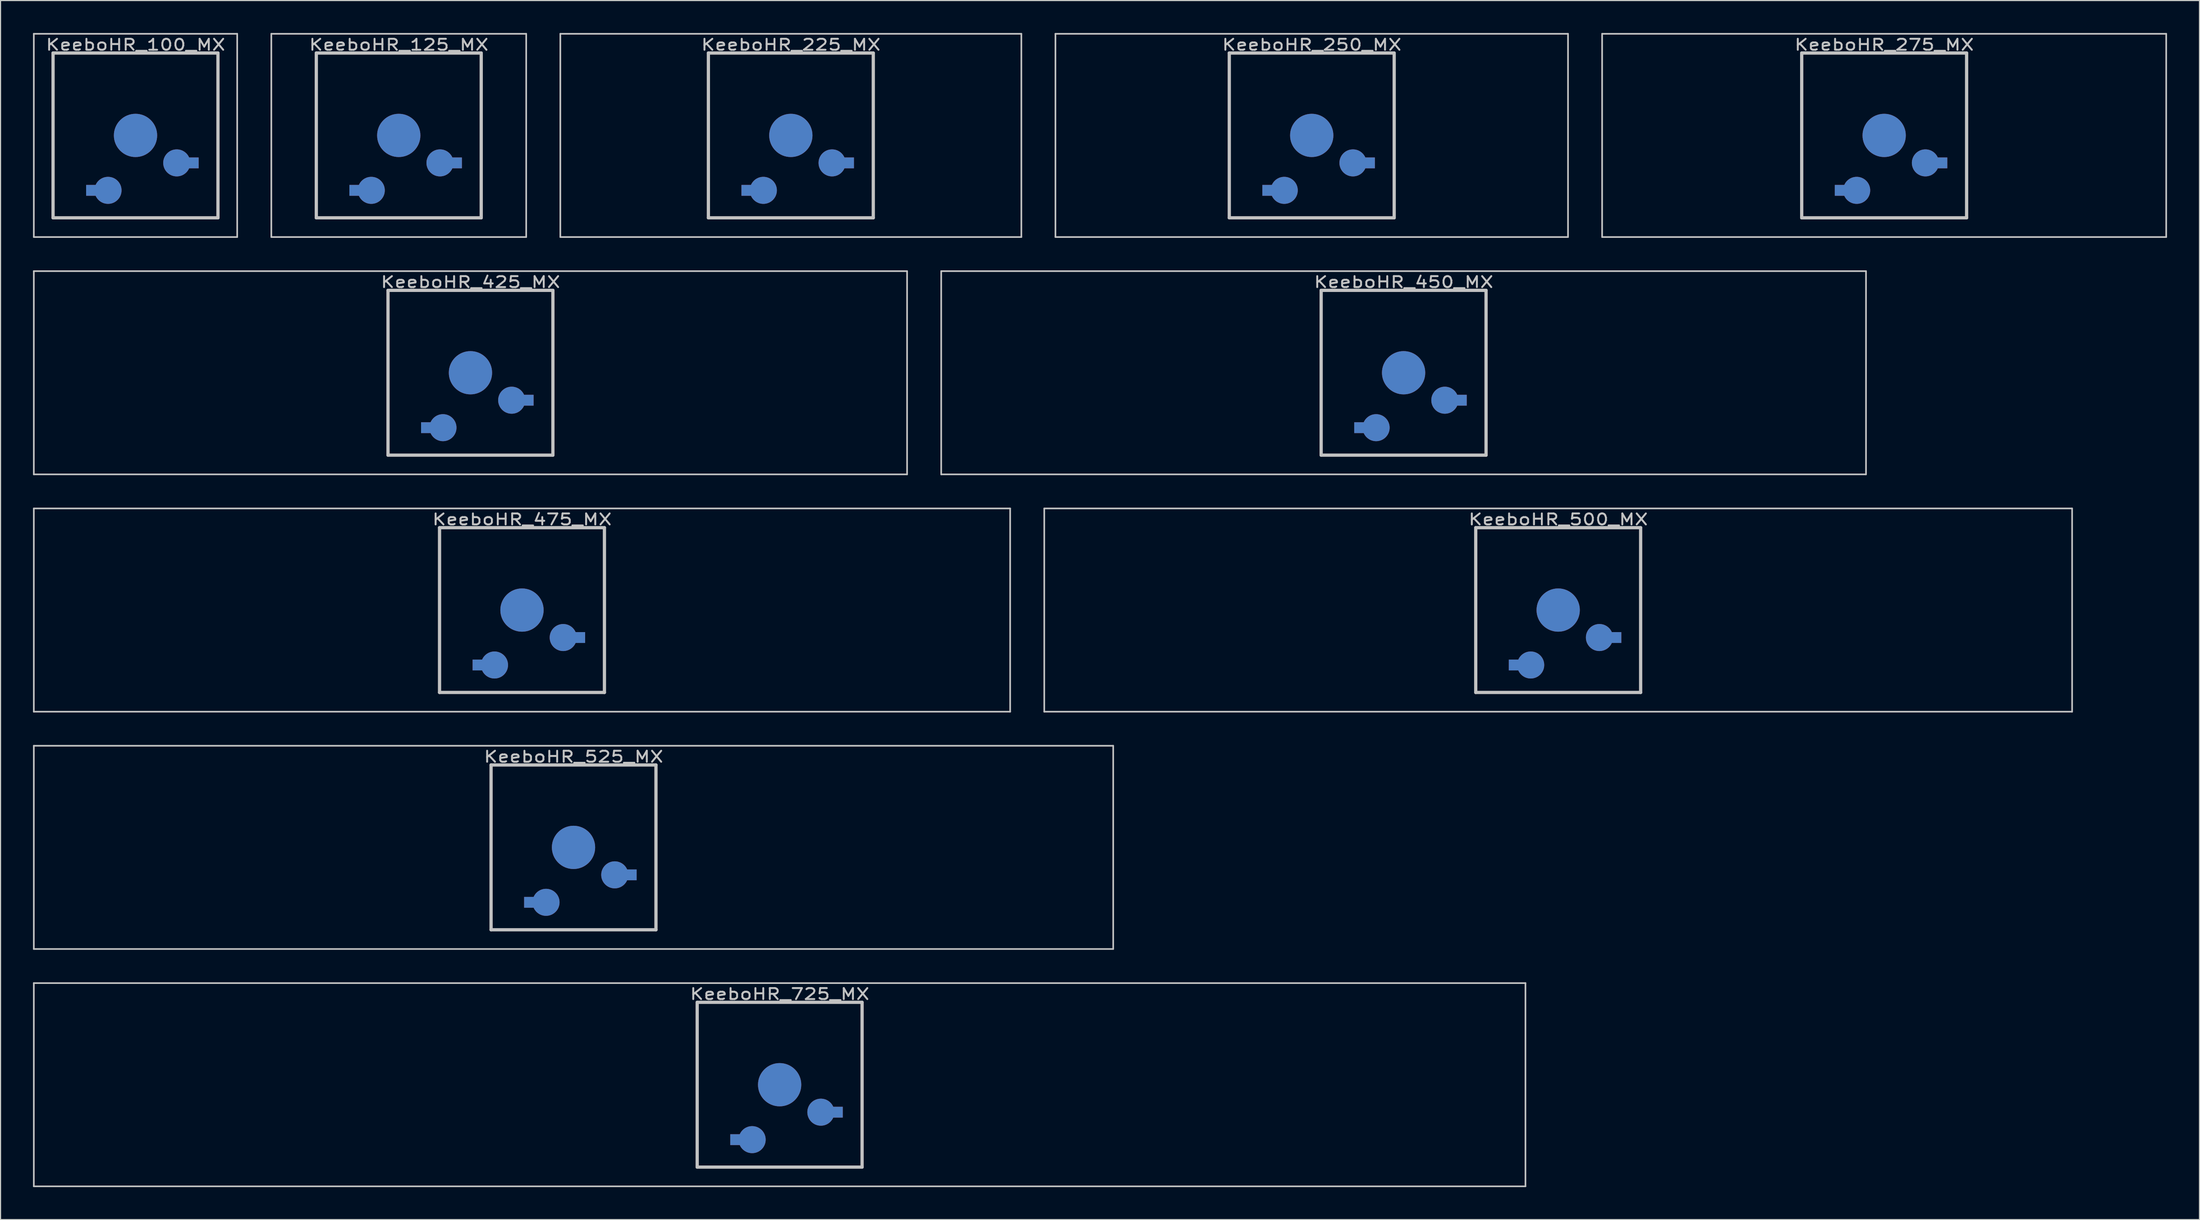
<source format=kicad_pcb>
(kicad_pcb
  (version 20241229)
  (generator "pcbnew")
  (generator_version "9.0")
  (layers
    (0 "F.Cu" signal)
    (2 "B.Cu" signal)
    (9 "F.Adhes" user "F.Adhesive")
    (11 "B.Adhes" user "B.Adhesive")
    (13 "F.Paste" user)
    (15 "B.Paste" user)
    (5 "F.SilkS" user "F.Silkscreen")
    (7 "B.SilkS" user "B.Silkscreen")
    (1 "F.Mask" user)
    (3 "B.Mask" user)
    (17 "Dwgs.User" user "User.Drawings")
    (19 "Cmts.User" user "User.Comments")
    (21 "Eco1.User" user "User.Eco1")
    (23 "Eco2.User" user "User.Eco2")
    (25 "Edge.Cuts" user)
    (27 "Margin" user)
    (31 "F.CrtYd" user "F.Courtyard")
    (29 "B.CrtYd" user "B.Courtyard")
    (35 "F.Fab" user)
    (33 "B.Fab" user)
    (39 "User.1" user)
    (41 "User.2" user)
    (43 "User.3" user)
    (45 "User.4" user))
  (footprint "KeeboHR_500_MX"
    (layer "F.Cu")
    (at 140.96 53.371)
    (property "Reference" "KeeboHR_500_MX" (at 0 -8.382 0) (layer "Dwgs.User") (effects (font (size 1.016 1.27) (thickness 0.178))))
    (attr through_hole)
    (fp_line (start -47.498 -9.398) (end 47.498 -9.398) (stroke (width 0.152) (type solid)) (layer "Dwgs.User"))
    (fp_line (start -47.498 9.398) (end -47.498 -9.398) (stroke (width 0.152) (type solid)) (layer "Dwgs.User"))
    (fp_line (start -7.62 -7.62) (end 7.62 -7.62) (stroke (width 0.3) (type solid)) (layer "Dwgs.User"))
    (fp_line (start -7.62 7.62) (end -7.62 -7.62) (stroke (width 0.3) (type solid)) (layer "Dwgs.User"))
    (fp_line (start 7.62 -7.62) (end 7.62 7.62) (stroke (width 0.3) (type solid)) (layer "Dwgs.User"))
    (fp_line (start 7.62 7.62) (end -7.62 7.62) (stroke (width 0.3) (type solid)) (layer "Dwgs.User"))
    (fp_line (start 47.498 -9.398) (end 47.498 9.398) (stroke (width 0.152) (type solid)) (layer "Dwgs.User"))
    (fp_line (start 47.498 9.398) (end -47.498 9.398) (stroke (width 0.152) (type solid)) (layer "Dwgs.User"))
    (pad "" smd circle (at 0 0) (size 4 4) (layers "*.Cu" "*.Mask"))
    (pad "1" smd circle (at 3.81 2.54) (size 2.5 2.5) (layers "*.Cu" "*.Mask"))
    (pad "1" smd rect (at 5.334 2.54) (size 1 1) (layers "*.Cu" "*.Mask"))
    (pad "2" smd rect (at -4.064 5.08) (size 1 1) (layers "*.Cu" "*.Mask"))
    (pad "2" smd circle (at -2.54 5.08) (size 2.5 2.5) (layers "*.Cu" "*.Mask")))
  (footprint "KeeboHR_475_MX"
    (layer "F.Cu")
    (at 45.193 53.371)
    (property "Reference" "KeeboHR_475_MX" (at 0 -8.382 0) (layer "Dwgs.User") (effects (font (size 1.016 1.27) (thickness 0.178))))
    (attr through_hole)
    (fp_line (start -45.117 -9.398) (end 45.117 -9.398) (stroke (width 0.152) (type solid)) (layer "Dwgs.User"))
    (fp_line (start -45.117 9.398) (end -45.117 -9.398) (stroke (width 0.152) (type solid)) (layer "Dwgs.User"))
    (fp_line (start -7.62 -7.62) (end 7.62 -7.62) (stroke (width 0.3) (type solid)) (layer "Dwgs.User"))
    (fp_line (start -7.62 7.62) (end -7.62 -7.62) (stroke (width 0.3) (type solid)) (layer "Dwgs.User"))
    (fp_line (start 7.62 -7.62) (end 7.62 7.62) (stroke (width 0.3) (type solid)) (layer "Dwgs.User"))
    (fp_line (start 7.62 7.62) (end -7.62 7.62) (stroke (width 0.3) (type solid)) (layer "Dwgs.User"))
    (fp_line (start 45.117 -9.398) (end 45.117 9.398) (stroke (width 0.152) (type solid)) (layer "Dwgs.User"))
    (fp_line (start 45.117 9.398) (end -45.117 9.398) (stroke (width 0.152) (type solid)) (layer "Dwgs.User"))
    (pad "" smd circle (at 0 0) (size 4 4) (layers "*.Cu" "*.Mask"))
    (pad "1" smd circle (at 3.81 2.54) (size 2.5 2.5) (layers "*.Cu" "*.Mask"))
    (pad "1" smd rect (at 5.334 2.54) (size 1 1) (layers "*.Cu" "*.Mask"))
    (pad "2" smd rect (at -4.064 5.08) (size 1 1) (layers "*.Cu" "*.Mask"))
    (pad "2" smd circle (at -2.54 5.08) (size 2.5 2.5) (layers "*.Cu" "*.Mask")))
  (footprint "KeeboHR_725_MX"
    (layer "F.Cu")
    (at 69.005 97.268)
    (property "Reference" "KeeboHR_725_MX" (at 0 -8.382 0) (layer "Dwgs.User") (effects (font (size 1.016 1.27) (thickness 0.178))))
    (attr through_hole)
    (fp_line (start -68.929 -9.398) (end 68.929 -9.398) (stroke (width 0.152) (type solid)) (layer "Dwgs.User"))
    (fp_line (start -68.929 9.398) (end -68.929 -9.398) (stroke (width 0.152) (type solid)) (layer "Dwgs.User"))
    (fp_line (start -7.62 -7.62) (end 7.62 -7.62) (stroke (width 0.3) (type solid)) (layer "Dwgs.User"))
    (fp_line (start -7.62 7.62) (end -7.62 -7.62) (stroke (width 0.3) (type solid)) (layer "Dwgs.User"))
    (fp_line (start 7.62 -7.62) (end 7.62 7.62) (stroke (width 0.3) (type solid)) (layer "Dwgs.User"))
    (fp_line (start 7.62 7.62) (end -7.62 7.62) (stroke (width 0.3) (type solid)) (layer "Dwgs.User"))
    (fp_line (start 68.929 -9.398) (end 68.929 9.398) (stroke (width 0.152) (type solid)) (layer "Dwgs.User"))
    (fp_line (start 68.929 9.398) (end -68.929 9.398) (stroke (width 0.152) (type solid)) (layer "Dwgs.User"))
    (pad "" smd circle (at 0 0) (size 4 4) (layers "*.Cu" "*.Mask"))
    (pad "1" smd circle (at 3.81 2.54) (size 2.5 2.5) (layers "*.Cu" "*.Mask"))
    (pad "1" smd rect (at 5.334 2.54) (size 1 1) (layers "*.Cu" "*.Mask"))
    (pad "2" smd rect (at -4.064 5.08) (size 1 1) (layers "*.Cu" "*.Mask"))
    (pad "2" smd circle (at -2.54 5.08) (size 2.5 2.5) (layers "*.Cu" "*.Mask")))
  (footprint "KeeboHR_450_MX"
    (layer "F.Cu")
    (at 126.673 31.423)
    (property "Reference" "KeeboHR_450_MX" (at 0 -8.382 0) (layer "Dwgs.User") (effects (font (size 1.016 1.27) (thickness 0.178))))
    (attr through_hole)
    (fp_line (start -42.736 -9.398) (end 42.736 -9.398) (stroke (width 0.152) (type solid)) (layer "Dwgs.User"))
    (fp_line (start -42.736 9.398) (end -42.736 -9.398) (stroke (width 0.152) (type solid)) (layer "Dwgs.User"))
    (fp_line (start -7.62 -7.62) (end 7.62 -7.62) (stroke (width 0.3) (type solid)) (layer "Dwgs.User"))
    (fp_line (start -7.62 7.62) (end -7.62 -7.62) (stroke (width 0.3) (type solid)) (layer "Dwgs.User"))
    (fp_line (start 7.62 -7.62) (end 7.62 7.62) (stroke (width 0.3) (type solid)) (layer "Dwgs.User"))
    (fp_line (start 7.62 7.62) (end -7.62 7.62) (stroke (width 0.3) (type solid)) (layer "Dwgs.User"))
    (fp_line (start 42.736 -9.398) (end 42.736 9.398) (stroke (width 0.152) (type solid)) (layer "Dwgs.User"))
    (fp_line (start 42.736 9.398) (end -42.736 9.398) (stroke (width 0.152) (type solid)) (layer "Dwgs.User"))
    (pad "" smd circle (at 0 0) (size 4 4) (layers "*.Cu" "*.Mask"))
    (pad "1" smd circle (at 3.81 2.54) (size 2.5 2.5) (layers "*.Cu" "*.Mask"))
    (pad "1" smd rect (at 5.334 2.54) (size 1 1) (layers "*.Cu" "*.Mask"))
    (pad "2" smd rect (at -4.064 5.08) (size 1 1) (layers "*.Cu" "*.Mask"))
    (pad "2" smd circle (at -2.54 5.08) (size 2.5 2.5) (layers "*.Cu" "*.Mask")))
  (footprint "KeeboHR_100_MX"
    (layer "F.Cu")
    (at 9.474 9.474)
    (property "Reference" "KeeboHR_100_MX" (at 0 -8.382 0) (layer "Dwgs.User") (effects (font (size 1.016 1.27) (thickness 0.178))))
    (attr through_hole)
    (fp_line (start -9.398 -9.398) (end 9.398 -9.398) (stroke (width 0.152) (type solid)) (layer "Dwgs.User"))
    (fp_line (start -9.398 9.398) (end -9.398 -9.398) (stroke (width 0.152) (type solid)) (layer "Dwgs.User"))
    (fp_line (start -7.62 -7.62) (end 7.62 -7.62) (stroke (width 0.3) (type solid)) (layer "Dwgs.User"))
    (fp_line (start -7.62 7.62) (end -7.62 -7.62) (stroke (width 0.3) (type solid)) (layer "Dwgs.User"))
    (fp_line (start 7.62 -7.62) (end 7.62 7.62) (stroke (width 0.3) (type solid)) (layer "Dwgs.User"))
    (fp_line (start 7.62 7.62) (end -7.62 7.62) (stroke (width 0.3) (type solid)) (layer "Dwgs.User"))
    (fp_line (start 9.398 -9.398) (end 9.398 9.398) (stroke (width 0.152) (type solid)) (layer "Dwgs.User"))
    (fp_line (start 9.398 9.398) (end -9.398 9.398) (stroke (width 0.152) (type solid)) (layer "Dwgs.User"))
    (pad "" smd circle (at 0 0) (size 4 4) (layers "*.Cu" "*.Mask"))
    (pad "1" smd circle (at 3.81 2.54) (size 2.5 2.5) (layers "*.Cu" "*.Mask"))
    (pad "1" smd rect (at 5.334 2.54) (size 1 1) (layers "*.Cu" "*.Mask"))
    (pad "2" smd rect (at -4.064 5.08) (size 1 1) (layers "*.Cu" "*.Mask"))
    (pad "2" smd circle (at -2.54 5.08) (size 2.5 2.5) (layers "*.Cu" "*.Mask")))
  (footprint "KeeboHR_225_MX"
    (layer "F.Cu")
    (at 70.04 9.474)
    (property "Reference" "KeeboHR_225_MX" (at 0 -8.382 0) (layer "Dwgs.User") (effects (font (size 1.016 1.27) (thickness 0.178))))
    (attr through_hole)
    (fp_line (start -21.304 -9.398) (end 21.304 -9.398) (stroke (width 0.152) (type solid)) (layer "Dwgs.User"))
    (fp_line (start -21.304 9.398) (end -21.304 -9.398) (stroke (width 0.152) (type solid)) (layer "Dwgs.User"))
    (fp_line (start -7.62 -7.62) (end 7.62 -7.62) (stroke (width 0.3) (type solid)) (layer "Dwgs.User"))
    (fp_line (start -7.62 7.62) (end -7.62 -7.62) (stroke (width 0.3) (type solid)) (layer "Dwgs.User"))
    (fp_line (start 7.62 -7.62) (end 7.62 7.62) (stroke (width 0.3) (type solid)) (layer "Dwgs.User"))
    (fp_line (start 7.62 7.62) (end -7.62 7.62) (stroke (width 0.3) (type solid)) (layer "Dwgs.User"))
    (fp_line (start 21.304 -9.398) (end 21.304 9.398) (stroke (width 0.152) (type solid)) (layer "Dwgs.User"))
    (fp_line (start 21.304 9.398) (end -21.304 9.398) (stroke (width 0.152) (type solid)) (layer "Dwgs.User"))
    (pad "" smd circle (at 0 0) (size 4 4) (layers "*.Cu" "*.Mask"))
    (pad "1" smd circle (at 3.81 2.54) (size 2.5 2.5) (layers "*.Cu" "*.Mask"))
    (pad "1" smd rect (at 5.334 2.54) (size 1 1) (layers "*.Cu" "*.Mask"))
    (pad "2" smd rect (at -4.064 5.08) (size 1 1) (layers "*.Cu" "*.Mask"))
    (pad "2" smd circle (at -2.54 5.08) (size 2.5 2.5) (layers "*.Cu" "*.Mask")))
  (footprint "KeeboHR_275_MX"
    (layer "F.Cu")
    (at 171.087 9.474)
    (property "Reference" "KeeboHR_275_MX" (at 0 -8.382 0) (layer "Dwgs.User") (effects (font (size 1.016 1.27) (thickness 0.178))))
    (attr through_hole)
    (fp_line (start -26.067 -9.398) (end 26.067 -9.398) (stroke (width 0.152) (type solid)) (layer "Dwgs.User"))
    (fp_line (start -26.067 9.398) (end -26.067 -9.398) (stroke (width 0.152) (type solid)) (layer "Dwgs.User"))
    (fp_line (start -7.62 -7.62) (end 7.62 -7.62) (stroke (width 0.3) (type solid)) (layer "Dwgs.User"))
    (fp_line (start -7.62 7.62) (end -7.62 -7.62) (stroke (width 0.3) (type solid)) (layer "Dwgs.User"))
    (fp_line (start 7.62 -7.62) (end 7.62 7.62) (stroke (width 0.3) (type solid)) (layer "Dwgs.User"))
    (fp_line (start 7.62 7.62) (end -7.62 7.62) (stroke (width 0.3) (type solid)) (layer "Dwgs.User"))
    (fp_line (start 26.067 -9.398) (end 26.067 9.398) (stroke (width 0.152) (type solid)) (layer "Dwgs.User"))
    (fp_line (start 26.067 9.398) (end -26.067 9.398) (stroke (width 0.152) (type solid)) (layer "Dwgs.User"))
    (pad "" smd circle (at 0 0) (size 4 4) (layers "*.Cu" "*.Mask"))
    (pad "1" smd circle (at 3.81 2.54) (size 2.5 2.5) (layers "*.Cu" "*.Mask"))
    (pad "1" smd rect (at 5.334 2.54) (size 1 1) (layers "*.Cu" "*.Mask"))
    (pad "2" smd rect (at -4.064 5.08) (size 1 1) (layers "*.Cu" "*.Mask"))
    (pad "2" smd circle (at -2.54 5.08) (size 2.5 2.5) (layers "*.Cu" "*.Mask")))
  (footprint "KeeboHR_250_MX"
    (layer "F.Cu")
    (at 118.182 9.474)
    (property "Reference" "KeeboHR_250_MX" (at 0 -8.382 0) (layer "Dwgs.User") (effects (font (size 1.016 1.27) (thickness 0.178))))
    (attr through_hole)
    (fp_line (start -23.686 -9.398) (end 23.686 -9.398) (stroke (width 0.152) (type solid)) (layer "Dwgs.User"))
    (fp_line (start -23.686 9.398) (end -23.686 -9.398) (stroke (width 0.152) (type solid)) (layer "Dwgs.User"))
    (fp_line (start -7.62 -7.62) (end 7.62 -7.62) (stroke (width 0.3) (type solid)) (layer "Dwgs.User"))
    (fp_line (start -7.62 7.62) (end -7.62 -7.62) (stroke (width 0.3) (type solid)) (layer "Dwgs.User"))
    (fp_line (start 7.62 -7.62) (end 7.62 7.62) (stroke (width 0.3) (type solid)) (layer "Dwgs.User"))
    (fp_line (start 7.62 7.62) (end -7.62 7.62) (stroke (width 0.3) (type solid)) (layer "Dwgs.User"))
    (fp_line (start 23.686 -9.398) (end 23.686 9.398) (stroke (width 0.152) (type solid)) (layer "Dwgs.User"))
    (fp_line (start 23.686 9.398) (end -23.686 9.398) (stroke (width 0.152) (type solid)) (layer "Dwgs.User"))
    (pad "" smd circle (at 0 0) (size 4 4) (layers "*.Cu" "*.Mask"))
    (pad "1" smd circle (at 3.81 2.54) (size 2.5 2.5) (layers "*.Cu" "*.Mask"))
    (pad "1" smd rect (at 5.334 2.54) (size 1 1) (layers "*.Cu" "*.Mask"))
    (pad "2" smd rect (at -4.064 5.08) (size 1 1) (layers "*.Cu" "*.Mask"))
    (pad "2" smd circle (at -2.54 5.08) (size 2.5 2.5) (layers "*.Cu" "*.Mask")))
  (footprint "KeeboHR_525_MX"
    (layer "F.Cu")
    (at 49.955 75.319)
    (property "Reference" "KeeboHR_525_MX" (at 0 -8.382 0) (layer "Dwgs.User") (effects (font (size 1.016 1.27) (thickness 0.178))))
    (attr through_hole)
    (fp_line (start -49.879 -9.398) (end 49.879 -9.398) (stroke (width 0.152) (type solid)) (layer "Dwgs.User"))
    (fp_line (start -49.879 9.398) (end -49.879 -9.398) (stroke (width 0.152) (type solid)) (layer "Dwgs.User"))
    (fp_line (start -7.62 -7.62) (end 7.62 -7.62) (stroke (width 0.3) (type solid)) (layer "Dwgs.User"))
    (fp_line (start -7.62 7.62) (end -7.62 -7.62) (stroke (width 0.3) (type solid)) (layer "Dwgs.User"))
    (fp_line (start 7.62 -7.62) (end 7.62 7.62) (stroke (width 0.3) (type solid)) (layer "Dwgs.User"))
    (fp_line (start 7.62 7.62) (end -7.62 7.62) (stroke (width 0.3) (type solid)) (layer "Dwgs.User"))
    (fp_line (start 49.879 -9.398) (end 49.879 9.398) (stroke (width 0.152) (type solid)) (layer "Dwgs.User"))
    (fp_line (start 49.879 9.398) (end -49.879 9.398) (stroke (width 0.152) (type solid)) (layer "Dwgs.User"))
    (pad "" smd circle (at 0 0) (size 4 4) (layers "*.Cu" "*.Mask"))
    (pad "1" smd circle (at 3.81 2.54) (size 2.5 2.5) (layers "*.Cu" "*.Mask"))
    (pad "1" smd rect (at 5.334 2.54) (size 1 1) (layers "*.Cu" "*.Mask"))
    (pad "2" smd rect (at -4.064 5.08) (size 1 1) (layers "*.Cu" "*.Mask"))
    (pad "2" smd circle (at -2.54 5.08) (size 2.5 2.5) (layers "*.Cu" "*.Mask")))
  (footprint "KeeboHR_425_MX"
    (layer "F.Cu")
    (at 40.43 31.423)
    (property "Reference" "KeeboHR_425_MX" (at 0 -8.382 0) (layer "Dwgs.User") (effects (font (size 1.016 1.27) (thickness 0.178))))
    (attr through_hole)
    (fp_line (start -40.354 -9.398) (end 40.354 -9.398) (stroke (width 0.152) (type solid)) (layer "Dwgs.User"))
    (fp_line (start -40.354 9.398) (end -40.354 -9.398) (stroke (width 0.152) (type solid)) (layer "Dwgs.User"))
    (fp_line (start -7.62 -7.62) (end 7.62 -7.62) (stroke (width 0.3) (type solid)) (layer "Dwgs.User"))
    (fp_line (start -7.62 7.62) (end -7.62 -7.62) (stroke (width 0.3) (type solid)) (layer "Dwgs.User"))
    (fp_line (start 7.62 -7.62) (end 7.62 7.62) (stroke (width 0.3) (type solid)) (layer "Dwgs.User"))
    (fp_line (start 7.62 7.62) (end -7.62 7.62) (stroke (width 0.3) (type solid)) (layer "Dwgs.User"))
    (fp_line (start 40.354 -9.398) (end 40.354 9.398) (stroke (width 0.152) (type solid)) (layer "Dwgs.User"))
    (fp_line (start 40.354 9.398) (end -40.354 9.398) (stroke (width 0.152) (type solid)) (layer "Dwgs.User"))
    (pad "" smd circle (at 0 0) (size 4 4) (layers "*.Cu" "*.Mask"))
    (pad "1" smd circle (at 3.81 2.54) (size 2.5 2.5) (layers "*.Cu" "*.Mask"))
    (pad "1" smd rect (at 5.334 2.54) (size 1 1) (layers "*.Cu" "*.Mask"))
    (pad "2" smd rect (at -4.064 5.08) (size 1 1) (layers "*.Cu" "*.Mask"))
    (pad "2" smd circle (at -2.54 5.08) (size 2.5 2.5) (layers "*.Cu" "*.Mask")))
  (footprint "KeeboHR_125_MX"
    (layer "F.Cu")
    (at 33.804 9.474)
    (property "Reference" "KeeboHR_125_MX" (at 0 -8.382 0) (layer "Dwgs.User") (effects (font (size 1.016 1.27) (thickness 0.178))))
    (attr through_hole)
    (fp_line (start -11.779 -9.398) (end 11.779 -9.398) (stroke (width 0.152) (type solid)) (layer "Dwgs.User"))
    (fp_line (start -11.779 9.398) (end -11.779 -9.398) (stroke (width 0.152) (type solid)) (layer "Dwgs.User"))
    (fp_line (start -7.62 -7.62) (end 7.62 -7.62) (stroke (width 0.3) (type solid)) (layer "Dwgs.User"))
    (fp_line (start -7.62 7.62) (end -7.62 -7.62) (stroke (width 0.3) (type solid)) (layer "Dwgs.User"))
    (fp_line (start 7.62 -7.62) (end 7.62 7.62) (stroke (width 0.3) (type solid)) (layer "Dwgs.User"))
    (fp_line (start 7.62 7.62) (end -7.62 7.62) (stroke (width 0.3) (type solid)) (layer "Dwgs.User"))
    (fp_line (start 11.779 -9.398) (end 11.779 9.398) (stroke (width 0.152) (type solid)) (layer "Dwgs.User"))
    (fp_line (start 11.779 9.398) (end -11.779 9.398) (stroke (width 0.152) (type solid)) (layer "Dwgs.User"))
    (pad "" smd circle (at 0 0) (size 4 4) (layers "*.Cu" "*.Mask"))
    (pad "1" smd circle (at 3.81 2.54) (size 2.5 2.5) (layers "*.Cu" "*.Mask"))
    (pad "1" smd rect (at 5.334 2.54) (size 1 1) (layers "*.Cu" "*.Mask"))
    (pad "2" smd rect (at -4.064 5.08) (size 1 1) (layers "*.Cu" "*.Mask"))
    (pad "2" smd circle (at -2.54 5.08) (size 2.5 2.5) (layers "*.Cu" "*.Mask")))
  (gr_rect
    (start -3 -3)
    (end 200.23 109.742)
    (stroke (width 0.1) (type default))
    (fill no)
    (layer "Edge.Cuts")))
</source>
